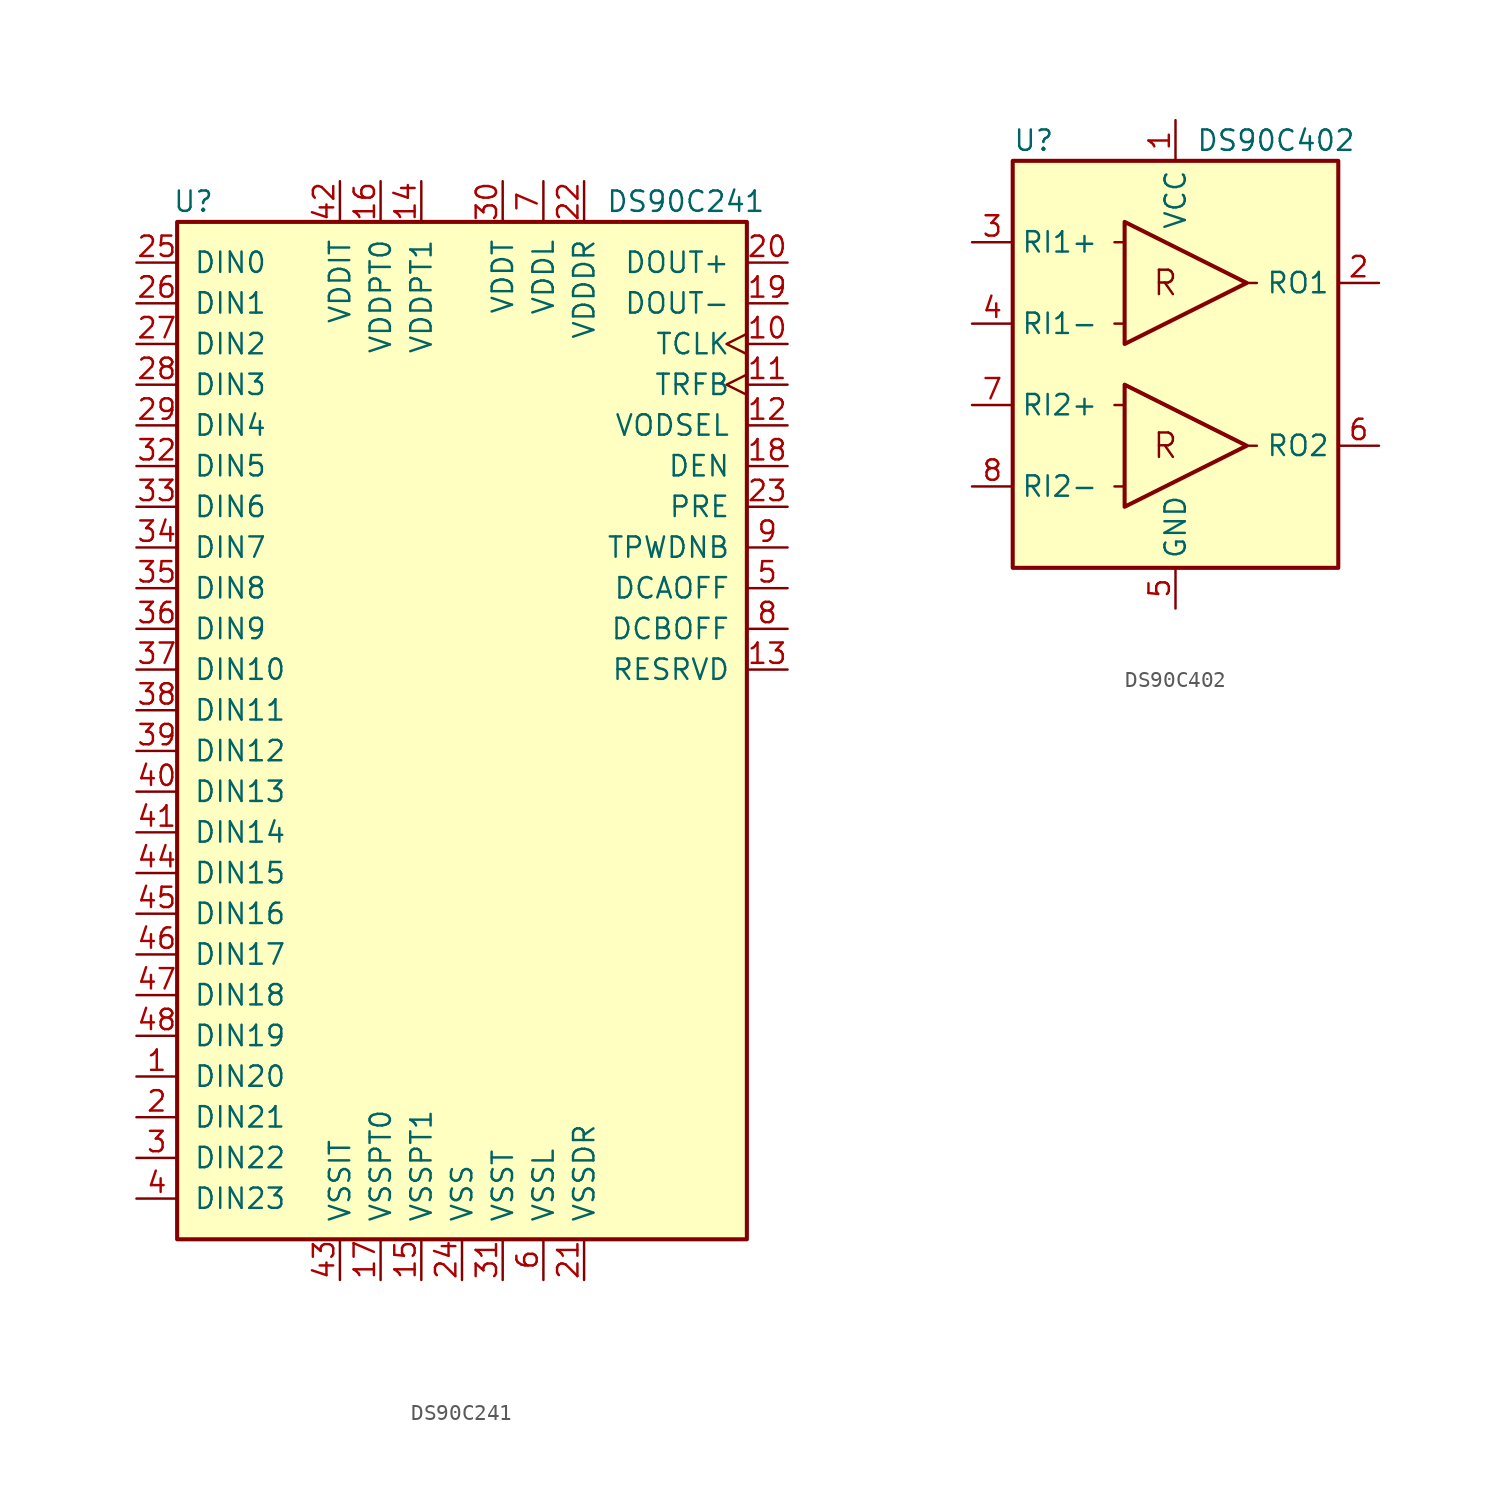
<source format=kicad_sym>
(kicad_symbol_lib
  (version 20201005)
  (generator kicad_symbol_editor)
  (symbol "DS90C241"
    (pin_names
      (offset 1.016))
    (property "Reference" "U"
      (at -16.764 29.21 0)
      (effects (font (size 1.27 1.27))))
    (property "Value" "DS90C241"
      (at 13.97 29.21 0)
      (effects (font (size 1.27 1.27))))
    (symbol "DS90C241_0_1"
      (rectangle (start -17.78 27.94) (end 17.78 -35.56) (stroke (width 0.254)) (fill (type background))))
    (symbol "DS90C241_1_1"
      (pin input line (at -20.32 -25.4 0) (length 2.54) (name "DIN20" (effects (font (size 1.27 1.27)))) (number "1" (effects (font (size 1.27 1.27)))))
      (pin input clock (at 20.32 20.32 180) (length 2.54) (name "TCLK" (effects (font (size 1.27 1.27)))) (number "10" (effects (font (size 1.27 1.27)))))
      (pin input clock (at 20.32 17.78 180) (length 2.54) (name "TRFB" (effects (font (size 1.27 1.27)))) (number "11" (effects (font (size 1.27 1.27)))))
      (pin input line (at 20.32 15.24 180) (length 2.54) (name "VODSEL" (effects (font (size 1.27 1.27)))) (number "12" (effects (font (size 1.27 1.27)))))
      (pin input line (at 20.32 0 180) (length 2.54) (name "RESRVD" (effects (font (size 1.27 1.27)))) (number "13" (effects (font (size 1.27 1.27)))))
      (pin power_in line (at -2.54 30.48 270) (length 2.54) (name "VDDPT1" (effects (font (size 1.27 1.27)))) (number "14" (effects (font (size 1.27 1.27)))))
      (pin power_in line (at -2.54 -38.1 90) (length 2.54) (name "VSSPT1" (effects (font (size 1.27 1.27)))) (number "15" (effects (font (size 1.27 1.27)))))
      (pin power_in line (at -5.08 30.48 270) (length 2.54) (name "VDDPT0" (effects (font (size 1.27 1.27)))) (number "16" (effects (font (size 1.27 1.27)))))
      (pin power_in line (at -5.08 -38.1 90) (length 2.54) (name "VSSPT0" (effects (font (size 1.27 1.27)))) (number "17" (effects (font (size 1.27 1.27)))))
      (pin input line (at 20.32 12.7 180) (length 2.54) (name "DEN" (effects (font (size 1.27 1.27)))) (number "18" (effects (font (size 1.27 1.27)))))
      (pin output line (at 20.32 22.86 180) (length 2.54) (name "DOUT-" (effects (font (size 1.27 1.27)))) (number "19" (effects (font (size 1.27 1.27)))))
      (pin input line (at -20.32 -27.94 0) (length 2.54) (name "DIN21" (effects (font (size 1.27 1.27)))) (number "2" (effects (font (size 1.27 1.27)))))
      (pin output line (at 20.32 25.4 180) (length 2.54) (name "DOUT+" (effects (font (size 1.27 1.27)))) (number "20" (effects (font (size 1.27 1.27)))))
      (pin power_in line (at 7.62 -38.1 90) (length 2.54) (name "VSSDR" (effects (font (size 1.27 1.27)))) (number "21" (effects (font (size 1.27 1.27)))))
      (pin power_in line (at 7.62 30.48 270) (length 2.54) (name "VDDDR" (effects (font (size 1.27 1.27)))) (number "22" (effects (font (size 1.27 1.27)))))
      (pin input line (at 20.32 10.16 180) (length 2.54) (name "PRE" (effects (font (size 1.27 1.27)))) (number "23" (effects (font (size 1.27 1.27)))))
      (pin power_in line (at 0 -38.1 90) (length 2.54) (name "VSS" (effects (font (size 1.27 1.27)))) (number "24" (effects (font (size 1.27 1.27)))))
      (pin input line (at -20.32 25.4 0) (length 2.54) (name "DIN0" (effects (font (size 1.27 1.27)))) (number "25" (effects (font (size 1.27 1.27)))))
      (pin input line (at -20.32 22.86 0) (length 2.54) (name "DIN1" (effects (font (size 1.27 1.27)))) (number "26" (effects (font (size 1.27 1.27)))))
      (pin input line (at -20.32 20.32 0) (length 2.54) (name "DIN2" (effects (font (size 1.27 1.27)))) (number "27" (effects (font (size 1.27 1.27)))))
      (pin input line (at -20.32 17.78 0) (length 2.54) (name "DIN3" (effects (font (size 1.27 1.27)))) (number "28" (effects (font (size 1.27 1.27)))))
      (pin input line (at -20.32 15.24 0) (length 2.54) (name "DIN4" (effects (font (size 1.27 1.27)))) (number "29" (effects (font (size 1.27 1.27)))))
      (pin input line (at -20.32 -30.48 0) (length 2.54) (name "DIN22" (effects (font (size 1.27 1.27)))) (number "3" (effects (font (size 1.27 1.27)))))
      (pin power_in line (at 2.54 30.48 270) (length 2.54) (name "VDDT" (effects (font (size 1.27 1.27)))) (number "30" (effects (font (size 1.27 1.27)))))
      (pin power_in line (at 2.54 -38.1 90) (length 2.54) (name "VSST" (effects (font (size 1.27 1.27)))) (number "31" (effects (font (size 1.27 1.27)))))
      (pin input line (at -20.32 12.7 0) (length 2.54) (name "DIN5" (effects (font (size 1.27 1.27)))) (number "32" (effects (font (size 1.27 1.27)))))
      (pin input line (at -20.32 10.16 0) (length 2.54) (name "DIN6" (effects (font (size 1.27 1.27)))) (number "33" (effects (font (size 1.27 1.27)))))
      (pin input line (at -20.32 7.62 0) (length 2.54) (name "DIN7" (effects (font (size 1.27 1.27)))) (number "34" (effects (font (size 1.27 1.27)))))
      (pin input line (at -20.32 5.08 0) (length 2.54) (name "DIN8" (effects (font (size 1.27 1.27)))) (number "35" (effects (font (size 1.27 1.27)))))
      (pin input line (at -20.32 2.54 0) (length 2.54) (name "DIN9" (effects (font (size 1.27 1.27)))) (number "36" (effects (font (size 1.27 1.27)))))
      (pin input line (at -20.32 0 0) (length 2.54) (name "DIN10" (effects (font (size 1.27 1.27)))) (number "37" (effects (font (size 1.27 1.27)))))
      (pin input line (at -20.32 -2.54 0) (length 2.54) (name "DIN11" (effects (font (size 1.27 1.27)))) (number "38" (effects (font (size 1.27 1.27)))))
      (pin input line (at -20.32 -5.08 0) (length 2.54) (name "DIN12" (effects (font (size 1.27 1.27)))) (number "39" (effects (font (size 1.27 1.27)))))
      (pin input line (at -20.32 -33.02 0) (length 2.54) (name "DIN23" (effects (font (size 1.27 1.27)))) (number "4" (effects (font (size 1.27 1.27)))))
      (pin input line (at -20.32 -7.62 0) (length 2.54) (name "DIN13" (effects (font (size 1.27 1.27)))) (number "40" (effects (font (size 1.27 1.27)))))
      (pin input line (at -20.32 -10.16 0) (length 2.54) (name "DIN14" (effects (font (size 1.27 1.27)))) (number "41" (effects (font (size 1.27 1.27)))))
      (pin power_in line (at -7.62 30.48 270) (length 2.54) (name "VDDIT" (effects (font (size 1.27 1.27)))) (number "42" (effects (font (size 1.27 1.27)))))
      (pin power_in line (at -7.62 -38.1 90) (length 2.54) (name "VSSIT" (effects (font (size 1.27 1.27)))) (number "43" (effects (font (size 1.27 1.27)))))
      (pin input line (at -20.32 -12.7 0) (length 2.54) (name "DIN15" (effects (font (size 1.27 1.27)))) (number "44" (effects (font (size 1.27 1.27)))))
      (pin input line (at -20.32 -15.24 0) (length 2.54) (name "DIN16" (effects (font (size 1.27 1.27)))) (number "45" (effects (font (size 1.27 1.27)))))
      (pin input line (at -20.32 -17.78 0) (length 2.54) (name "DIN17" (effects (font (size 1.27 1.27)))) (number "46" (effects (font (size 1.27 1.27)))))
      (pin input line (at -20.32 -20.32 0) (length 2.54) (name "DIN18" (effects (font (size 1.27 1.27)))) (number "47" (effects (font (size 1.27 1.27)))))
      (pin input line (at -20.32 -22.86 0) (length 2.54) (name "DIN19" (effects (font (size 1.27 1.27)))) (number "48" (effects (font (size 1.27 1.27)))))
      (pin input line (at 20.32 5.08 180) (length 2.54) (name "DCAOFF" (effects (font (size 1.27 1.27)))) (number "5" (effects (font (size 1.27 1.27)))))
      (pin power_in line (at 5.08 -38.1 90) (length 2.54) (name "VSSL" (effects (font (size 1.27 1.27)))) (number "6" (effects (font (size 1.27 1.27)))))
      (pin power_in line (at 5.08 30.48 270) (length 2.54) (name "VDDL" (effects (font (size 1.27 1.27)))) (number "7" (effects (font (size 1.27 1.27)))))
      (pin input line (at 20.32 2.54 180) (length 2.54) (name "DCBOFF" (effects (font (size 1.27 1.27)))) (number "8" (effects (font (size 1.27 1.27)))))
      (pin input line (at 20.32 7.62 180) (length 2.54) (name "TPWDNB" (effects (font (size 1.27 1.27)))) (number "9" (effects (font (size 1.27 1.27)))))))
  (symbol "DS90C402"
    (property "Reference" "U"
      (at -10.16 13.97 0)
      (effects (font (size 1.27 1.27)) (justify left)))
    (property "Value" "DS90C402"
      (at 1.27 13.97 0)
      (effects (font (size 1.27 1.27)) (justify left)))
    (symbol "DS90C402_0_1"
      (rectangle (start -10.16 12.7) (end 10.16 -12.7) (stroke (width 0.254)) (fill (type background))))
    (symbol "DS90C402_1_0"
      (text "R" (at -0.635 -5.08 0) (effects (font (size 1.524 1.524))))
      (text "R" (at -0.635 5.08 0) (effects (font (size 1.524 1.524)))))
    (symbol "DS90C402_1_1"
      (polyline (pts (xy -3.81 -7.62) (xy -3.175 -7.62)) (stroke (width 0)) (fill (type none)))
      (polyline (pts (xy -3.81 -2.54) (xy -3.175 -2.54)) (stroke (width 0)) (fill (type none)))
      (polyline (pts (xy -3.81 2.54) (xy -3.175 2.54)) (stroke (width 0)) (fill (type none)))
      (polyline (pts (xy -3.81 7.62) (xy -3.175 7.62)) (stroke (width 0)) (fill (type none)))
      (polyline (pts (xy 5.08 -5.08) (xy 4.445 -5.08)) (stroke (width 0)) (fill (type none)))
      (polyline (pts (xy 5.08 5.08) (xy 4.445 5.08)) (stroke (width 0)) (fill (type none)))
      (polyline (pts (xy -3.175 -8.89) (xy -3.175 -1.27) (xy 4.445 -5.08) (xy -3.175 -8.89)) (stroke (width 0.254)) (fill (type none)))
      (polyline (pts (xy -3.175 1.27) (xy -3.175 8.89) (xy 4.445 5.08) (xy -3.175 1.27)) (stroke (width 0.254)) (fill (type none)))
      (pin power_in line (at 0 15.24 270) (length 2.54) (name "VCC" (effects (font (size 1.27 1.27)))) (number "1" (effects (font (size 1.27 1.27)))))
      (pin output line (at 12.7 5.08 180) (length 2.54) (name "RO1" (effects (font (size 1.27 1.27)))) (number "2" (effects (font (size 1.27 1.27)))))
      (pin input line (at -12.7 7.62 0) (length 2.54) (name "RI1+" (effects (font (size 1.27 1.27)))) (number "3" (effects (font (size 1.27 1.27)))))
      (pin input line (at -12.7 2.54 0) (length 2.54) (name "RI1-" (effects (font (size 1.27 1.27)))) (number "4" (effects (font (size 1.27 1.27)))))
      (pin power_in line (at 0 -15.24 90) (length 2.54) (name "GND" (effects (font (size 1.27 1.27)))) (number "5" (effects (font (size 1.27 1.27)))))
      (pin output line (at 12.7 -5.08 180) (length 2.54) (name "RO2" (effects (font (size 1.27 1.27)))) (number "6" (effects (font (size 1.27 1.27)))))
      (pin input line (at -12.7 -2.54 0) (length 2.54) (name "RI2+" (effects (font (size 1.27 1.27)))) (number "7" (effects (font (size 1.27 1.27)))))
      (pin input line (at -12.7 -7.62 0) (length 2.54) (name "RI2-" (effects (font (size 1.27 1.27)))) (number "8" (effects (font (size 1.27 1.27))))))))
</source>
